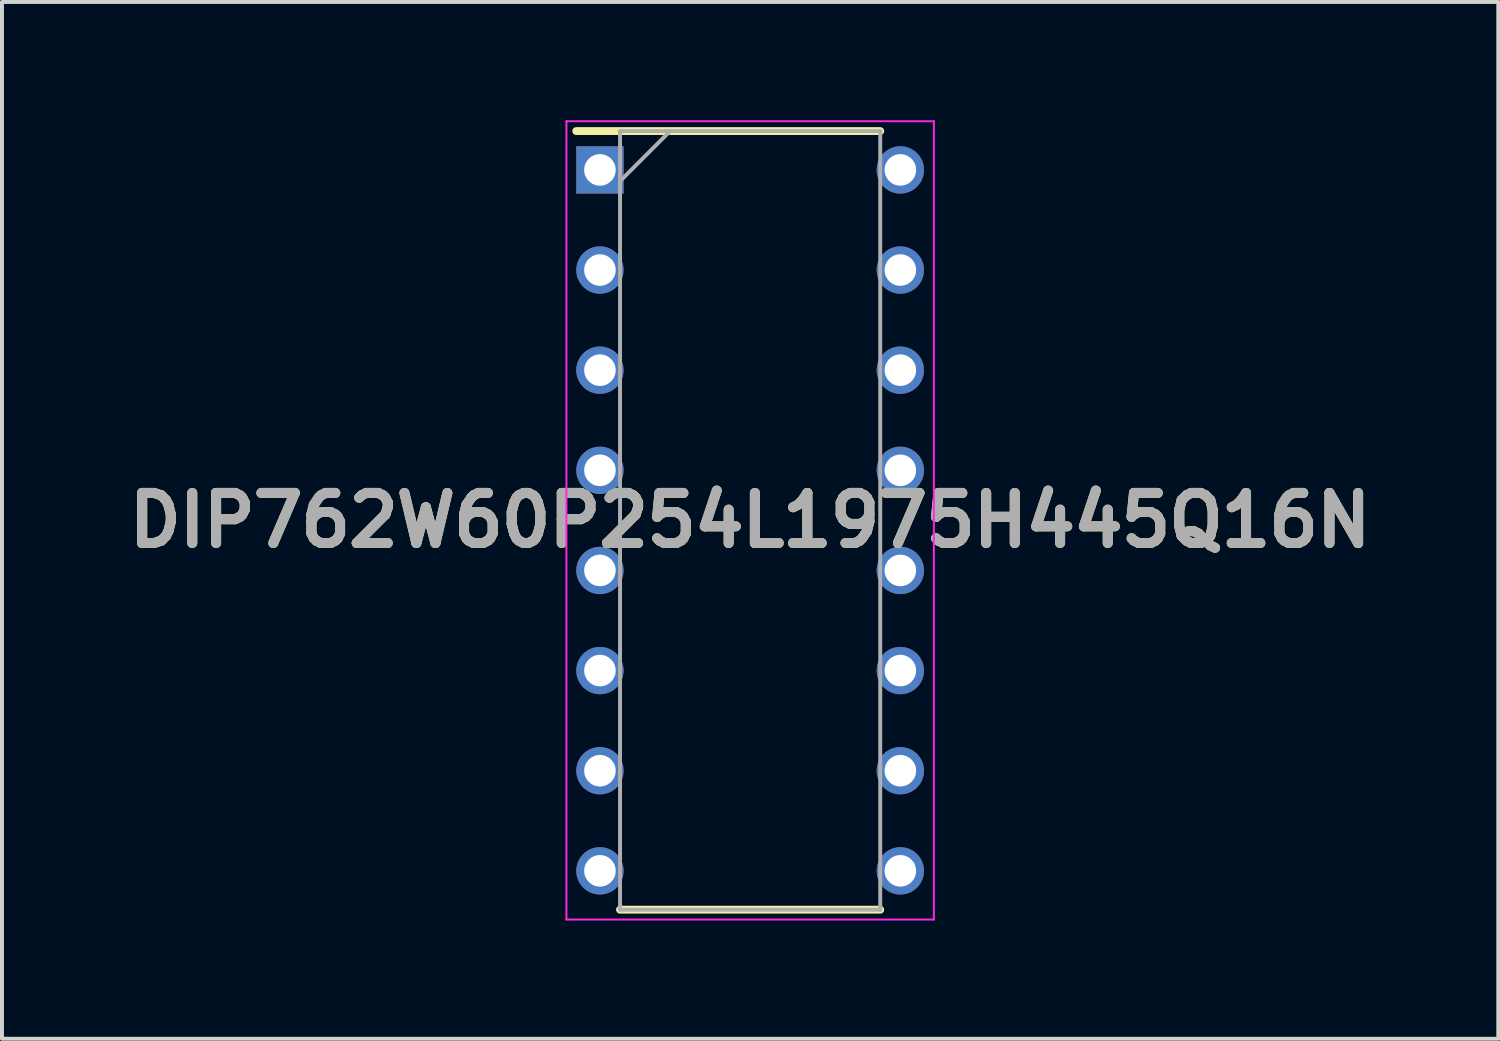
<source format=kicad_pcb>
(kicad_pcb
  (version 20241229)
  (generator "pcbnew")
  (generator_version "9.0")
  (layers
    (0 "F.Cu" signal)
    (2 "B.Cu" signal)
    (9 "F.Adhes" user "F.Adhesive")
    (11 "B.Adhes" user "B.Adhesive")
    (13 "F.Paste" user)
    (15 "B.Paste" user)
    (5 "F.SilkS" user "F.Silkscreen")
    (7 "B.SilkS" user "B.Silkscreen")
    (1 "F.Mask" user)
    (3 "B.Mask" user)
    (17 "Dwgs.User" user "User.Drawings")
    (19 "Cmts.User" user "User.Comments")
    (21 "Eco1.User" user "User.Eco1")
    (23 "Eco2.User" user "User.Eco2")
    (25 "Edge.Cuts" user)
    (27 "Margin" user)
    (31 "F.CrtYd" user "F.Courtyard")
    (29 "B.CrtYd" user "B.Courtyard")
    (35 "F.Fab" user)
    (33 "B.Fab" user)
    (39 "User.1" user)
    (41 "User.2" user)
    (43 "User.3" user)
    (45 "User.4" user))
  (footprint "DIP762W60P254L1975H445Q16N"
    (layer "F.Cu")
    (at 15.978 10.15)
    (property "Reference" "DIP762W60P254L1975H445Q16N" (at 0 0 0) (layer "F.SilkS") (effects (font (size 1.27 1.27) (thickness 0.254))))
    (attr through_hole)
    (fp_line (start -4.41 -9.875) (end 3.3 -9.875) (stroke (width 0.2) (type solid)) (layer "F.SilkS"))
    (fp_line (start -3.3 9.875) (end 3.3 9.875) (stroke (width 0.2) (type solid)) (layer "F.SilkS"))
    (fp_line (start -4.66 -10.125) (end 4.66 -10.125) (stroke (width 0.05) (type solid)) (layer "F.CrtYd"))
    (fp_line (start -4.66 10.125) (end -4.66 -10.125) (stroke (width 0.05) (type solid)) (layer "F.CrtYd"))
    (fp_line (start 4.66 -10.125) (end 4.66 10.125) (stroke (width 0.05) (type solid)) (layer "F.CrtYd"))
    (fp_line (start 4.66 10.125) (end -4.66 10.125) (stroke (width 0.05) (type solid)) (layer "F.CrtYd"))
    (fp_line (start -3.3 -9.875) (end 3.3 -9.875) (stroke (width 0.1) (type solid)) (layer "F.Fab"))
    (fp_line (start -3.3 -8.605) (end -2.03 -9.875) (stroke (width 0.1) (type solid)) (layer "F.Fab"))
    (fp_line (start -3.3 9.875) (end -3.3 -9.875) (stroke (width 0.1) (type solid)) (layer "F.Fab"))
    (fp_line (start 3.3 -9.875) (end 3.3 9.875) (stroke (width 0.1) (type solid)) (layer "F.Fab"))
    (fp_line (start 3.3 9.875) (end -3.3 9.875) (stroke (width 0.1) (type solid)) (layer "F.Fab"))
    (fp_text user "${REFERENCE}" (at 0 0 0) (layer "F.Fab") (effects (font (size 1.27 1.27) (thickness 0.254))))
    (pad "1" thru_hole rect (at -3.81 -8.89) (size 1.2 1.2) (drill 0.8) (layers "*.Cu" "*.Mask"))
    (pad "2" thru_hole circle (at -3.81 -6.35) (size 1.2 1.2) (drill 0.8) (layers "*.Cu" "*.Mask"))
    (pad "3" thru_hole circle (at -3.81 -3.81) (size 1.2 1.2) (drill 0.8) (layers "*.Cu" "*.Mask"))
    (pad "4" thru_hole circle (at -3.81 -1.27) (size 1.2 1.2) (drill 0.8) (layers "*.Cu" "*.Mask"))
    (pad "5" thru_hole circle (at -3.81 1.27) (size 1.2 1.2) (drill 0.8) (layers "*.Cu" "*.Mask"))
    (pad "6" thru_hole circle (at -3.81 3.81) (size 1.2 1.2) (drill 0.8) (layers "*.Cu" "*.Mask"))
    (pad "7" thru_hole circle (at -3.81 6.35) (size 1.2 1.2) (drill 0.8) (layers "*.Cu" "*.Mask"))
    (pad "8" thru_hole circle (at -3.81 8.89) (size 1.2 1.2) (drill 0.8) (layers "*.Cu" "*.Mask"))
    (pad "9" thru_hole circle (at 3.81 8.89) (size 1.2 1.2) (drill 0.8) (layers "*.Cu" "*.Mask"))
    (pad "10" thru_hole circle (at 3.81 6.35) (size 1.2 1.2) (drill 0.8) (layers "*.Cu" "*.Mask"))
    (pad "11" thru_hole circle (at 3.81 3.81) (size 1.2 1.2) (drill 0.8) (layers "*.Cu" "*.Mask"))
    (pad "12" thru_hole circle (at 3.81 1.27) (size 1.2 1.2) (drill 0.8) (layers "*.Cu" "*.Mask"))
    (pad "13" thru_hole circle (at 3.81 -1.27) (size 1.2 1.2) (drill 0.8) (layers "*.Cu" "*.Mask"))
    (pad "14" thru_hole circle (at 3.81 -3.81) (size 1.2 1.2) (drill 0.8) (layers "*.Cu" "*.Mask"))
    (pad "15" thru_hole circle (at 3.81 -6.35) (size 1.2 1.2) (drill 0.8) (layers "*.Cu" "*.Mask"))
    (pad "16" thru_hole circle (at 3.81 -8.89) (size 1.2 1.2) (drill 0.8) (layers "*.Cu" "*.Mask")))
  (gr_rect
    (start -3 -3)
    (end 34.956 23.3)
    (stroke (width 0.1) (type default))
    (fill no)
    (layer "Edge.Cuts")))
</source>
